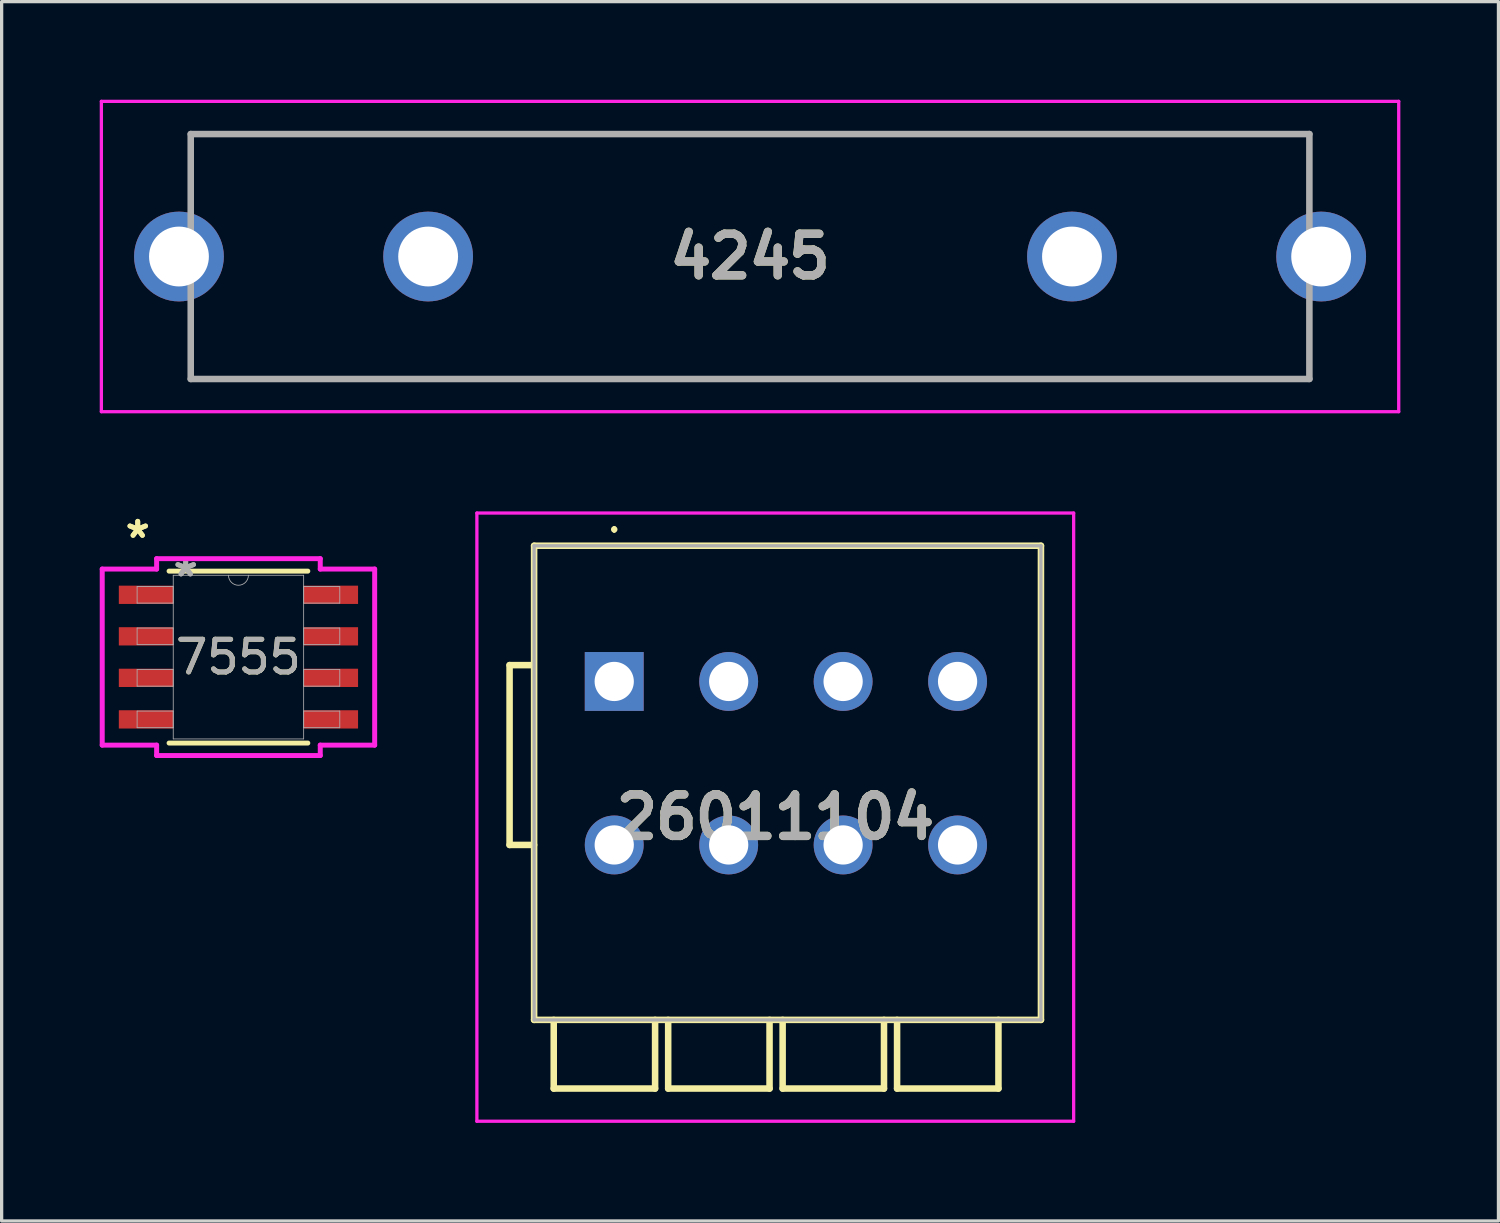
<source format=kicad_pcb>
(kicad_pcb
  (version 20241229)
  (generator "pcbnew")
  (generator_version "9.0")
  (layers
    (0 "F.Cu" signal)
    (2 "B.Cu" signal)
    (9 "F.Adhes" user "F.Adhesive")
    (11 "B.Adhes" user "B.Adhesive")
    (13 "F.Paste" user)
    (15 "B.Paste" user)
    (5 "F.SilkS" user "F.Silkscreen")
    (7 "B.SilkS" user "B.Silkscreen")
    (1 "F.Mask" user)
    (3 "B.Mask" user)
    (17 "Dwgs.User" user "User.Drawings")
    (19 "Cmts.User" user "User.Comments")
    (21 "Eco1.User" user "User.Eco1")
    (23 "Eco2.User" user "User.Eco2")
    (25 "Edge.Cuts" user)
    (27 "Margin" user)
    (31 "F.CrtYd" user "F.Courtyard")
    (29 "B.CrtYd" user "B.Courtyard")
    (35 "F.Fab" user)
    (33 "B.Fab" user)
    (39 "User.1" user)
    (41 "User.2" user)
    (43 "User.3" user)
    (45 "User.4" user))
  (footprint "4245"
    (layer "F.Cu")
    (at 19.888 4.795)
    (property "Reference" "4245" (at 0 0 0) (layer "F.SilkS") (effects (font (size 1.27 1.27) (thickness 0.254))))
    (attr through_hole)
    (fp_line (start -17.105 -3.745) (end 17.105 -3.745) (stroke (width 0.1) (type solid)) (layer "F.SilkS"))
    (fp_line (start -17.105 -2.54) (end -17.105 -3.745) (stroke (width 0.1) (type solid)) (layer "F.SilkS"))
    (fp_line (start -17.105 2.54) (end -17.105 3.745) (stroke (width 0.1) (type solid)) (layer "F.SilkS"))
    (fp_line (start -17.105 3.745) (end 17.105 3.745) (stroke (width 0.1) (type solid)) (layer "F.SilkS"))
    (fp_line (start 17.105 -3.745) (end 17.105 -2.54) (stroke (width 0.1) (type solid)) (layer "F.SilkS"))
    (fp_line (start 17.105 3.745) (end 17.105 2.54) (stroke (width 0.1) (type solid)) (layer "F.SilkS"))
    (fp_line (start -19.838 -4.745) (end 19.837 -4.745) (stroke (width 0.1) (type solid)) (layer "F.CrtYd"))
    (fp_line (start -19.838 4.745) (end -19.838 -4.745) (stroke (width 0.1) (type solid)) (layer "F.CrtYd"))
    (fp_line (start 19.837 -4.745) (end 19.837 4.745) (stroke (width 0.1) (type solid)) (layer "F.CrtYd"))
    (fp_line (start 19.837 4.745) (end -19.838 4.745) (stroke (width 0.1) (type solid)) (layer "F.CrtYd"))
    (fp_line (start -17.105 -3.745) (end 17.105 -3.745) (stroke (width 0.2) (type solid)) (layer "F.Fab"))
    (fp_line (start -17.105 3.745) (end -17.105 -3.745) (stroke (width 0.2) (type solid)) (layer "F.Fab"))
    (fp_line (start 17.105 -3.745) (end 17.105 3.745) (stroke (width 0.2) (type solid)) (layer "F.Fab"))
    (fp_line (start 17.105 3.745) (end -17.105 3.745) (stroke (width 0.2) (type solid)) (layer "F.Fab"))
    (fp_text user "${REFERENCE}" (at 0 0 0) (layer "F.Fab") (effects (font (size 1.27 1.27) (thickness 0.254))))
    (pad "1" thru_hole circle (at -17.465 0) (size 2.745 2.745) (drill 1.83) (layers "*.Cu" "*.Mask"))
    (pad "2" thru_hole circle (at -9.845 0) (size 2.745 2.745) (drill 1.83) (layers "*.Cu" "*.Mask"))
    (pad "3" thru_hole circle (at 9.845 0) (size 2.745 2.745) (drill 1.83) (layers "*.Cu" "*.Mask"))
    (pad "4" thru_hole circle (at 17.465 0) (size 2.745 2.745) (drill 1.83) (layers "*.Cu" "*.Mask")))
  (footprint "7555"
    (layer "F.Cu")
    (at 4.242 17.045)
    (property "Reference" "7555" (at 0 0 0) (unlocked yes) (layer "F.SilkS") (effects (font (size 1 1) (thickness 0.15))))
    (attr smd)
    (fp_line (start -2.121 2.629) (end 2.121 2.629) (stroke (width 0.152) (type solid)) (layer "F.SilkS"))
    (fp_line (start 2.121 -2.629) (end -2.121 -2.629) (stroke (width 0.152) (type solid)) (layer "F.SilkS"))
    (fp_line (start -4.166 -2.692) (end -2.502 -2.692) (stroke (width 0.152) (type solid)) (layer "F.CrtYd"))
    (fp_line (start -4.166 2.692) (end -4.166 -2.692) (stroke (width 0.152) (type solid)) (layer "F.CrtYd"))
    (fp_line (start -4.166 2.692) (end -2.502 2.692) (stroke (width 0.152) (type solid)) (layer "F.CrtYd"))
    (fp_line (start -2.502 -3.01) (end 2.502 -3.01) (stroke (width 0.152) (type solid)) (layer "F.CrtYd"))
    (fp_line (start -2.502 -2.692) (end -2.502 -3.01) (stroke (width 0.152) (type solid)) (layer "F.CrtYd"))
    (fp_line (start -2.502 3.01) (end -2.502 2.692) (stroke (width 0.152) (type solid)) (layer "F.CrtYd"))
    (fp_line (start 2.502 -3.01) (end 2.502 -2.692) (stroke (width 0.152) (type solid)) (layer "F.CrtYd"))
    (fp_line (start 2.502 2.692) (end 2.502 3.01) (stroke (width 0.152) (type solid)) (layer "F.CrtYd"))
    (fp_line (start 2.502 3.01) (end -2.502 3.01) (stroke (width 0.152) (type solid)) (layer "F.CrtYd"))
    (fp_line (start 4.166 -2.692) (end 2.502 -2.692) (stroke (width 0.152) (type solid)) (layer "F.CrtYd"))
    (fp_line (start 4.166 -2.692) (end 4.166 2.692) (stroke (width 0.152) (type solid)) (layer "F.CrtYd"))
    (fp_line (start 4.166 2.692) (end 2.502 2.692) (stroke (width 0.152) (type solid)) (layer "F.CrtYd"))
    (fp_line (start -3.099 -2.159) (end -3.099 -1.651) (stroke (width 0.025) (type solid)) (layer "F.Fab"))
    (fp_line (start -3.099 -1.651) (end -1.994 -1.651) (stroke (width 0.025) (type solid)) (layer "F.Fab"))
    (fp_line (start -3.099 -0.889) (end -3.099 -0.381) (stroke (width 0.025) (type solid)) (layer "F.Fab"))
    (fp_line (start -3.099 -0.381) (end -1.994 -0.381) (stroke (width 0.025) (type solid)) (layer "F.Fab"))
    (fp_line (start -3.099 0.381) (end -3.099 0.889) (stroke (width 0.025) (type solid)) (layer "F.Fab"))
    (fp_line (start -3.099 0.889) (end -1.994 0.889) (stroke (width 0.025) (type solid)) (layer "F.Fab"))
    (fp_line (start -3.099 1.651) (end -3.099 2.159) (stroke (width 0.025) (type solid)) (layer "F.Fab"))
    (fp_line (start -3.099 2.159) (end -1.994 2.159) (stroke (width 0.025) (type solid)) (layer "F.Fab"))
    (fp_line (start -1.994 -2.502) (end -1.994 2.502) (stroke (width 0.025) (type solid)) (layer "F.Fab"))
    (fp_line (start -1.994 -2.159) (end -3.099 -2.159) (stroke (width 0.025) (type solid)) (layer "F.Fab"))
    (fp_line (start -1.994 -1.651) (end -1.994 -2.159) (stroke (width 0.025) (type solid)) (layer "F.Fab"))
    (fp_line (start -1.994 -0.889) (end -3.099 -0.889) (stroke (width 0.025) (type solid)) (layer "F.Fab"))
    (fp_line (start -1.994 -0.381) (end -1.994 -0.889) (stroke (width 0.025) (type solid)) (layer "F.Fab"))
    (fp_line (start -1.994 0.381) (end -3.099 0.381) (stroke (width 0.025) (type solid)) (layer "F.Fab"))
    (fp_line (start -1.994 0.889) (end -1.994 0.381) (stroke (width 0.025) (type solid)) (layer "F.Fab"))
    (fp_line (start -1.994 1.651) (end -3.099 1.651) (stroke (width 0.025) (type solid)) (layer "F.Fab"))
    (fp_line (start -1.994 2.159) (end -1.994 1.651) (stroke (width 0.025) (type solid)) (layer "F.Fab"))
    (fp_line (start -1.994 2.502) (end 1.994 2.502) (stroke (width 0.025) (type solid)) (layer "F.Fab"))
    (fp_line (start 1.994 -2.502) (end -1.994 -2.502) (stroke (width 0.025) (type solid)) (layer "F.Fab"))
    (fp_line (start 1.994 -2.159) (end 1.994 -1.651) (stroke (width 0.025) (type solid)) (layer "F.Fab"))
    (fp_line (start 1.994 -1.651) (end 3.099 -1.651) (stroke (width 0.025) (type solid)) (layer "F.Fab"))
    (fp_line (start 1.994 -0.889) (end 1.994 -0.381) (stroke (width 0.025) (type solid)) (layer "F.Fab"))
    (fp_line (start 1.994 -0.381) (end 3.099 -0.381) (stroke (width 0.025) (type solid)) (layer "F.Fab"))
    (fp_line (start 1.994 0.381) (end 1.994 0.889) (stroke (width 0.025) (type solid)) (layer "F.Fab"))
    (fp_line (start 1.994 0.889) (end 3.099 0.889) (stroke (width 0.025) (type solid)) (layer "F.Fab"))
    (fp_line (start 1.994 1.651) (end 1.994 2.159) (stroke (width 0.025) (type solid)) (layer "F.Fab"))
    (fp_line (start 1.994 2.159) (end 3.099 2.159) (stroke (width 0.025) (type solid)) (layer "F.Fab"))
    (fp_line (start 1.994 2.502) (end 1.994 -2.502) (stroke (width 0.025) (type solid)) (layer "F.Fab"))
    (fp_line (start 3.099 -2.159) (end 1.994 -2.159) (stroke (width 0.025) (type solid)) (layer "F.Fab"))
    (fp_line (start 3.099 -1.651) (end 3.099 -2.159) (stroke (width 0.025) (type solid)) (layer "F.Fab"))
    (fp_line (start 3.099 -0.889) (end 1.994 -0.889) (stroke (width 0.025) (type solid)) (layer "F.Fab"))
    (fp_line (start 3.099 -0.381) (end 3.099 -0.889) (stroke (width 0.025) (type solid)) (layer "F.Fab"))
    (fp_line (start 3.099 0.381) (end 1.994 0.381) (stroke (width 0.025) (type solid)) (layer "F.Fab"))
    (fp_line (start 3.099 0.889) (end 3.099 0.381) (stroke (width 0.025) (type solid)) (layer "F.Fab"))
    (fp_line (start 3.099 1.651) (end 1.994 1.651) (stroke (width 0.025) (type solid)) (layer "F.Fab"))
    (fp_line (start 3.099 2.159) (end 3.099 1.651) (stroke (width 0.025) (type solid)) (layer "F.Fab"))
    (fp_arc (start 0.3048 -2.5019) (mid 0 -2.1971) (end -0.3048 -2.5019) (stroke (width 0.0254) (type solid)) (layer "F.Fab"))
    (fp_text user "*" (at -3.08 -3.607 0) (unlocked yes) (layer "F.SilkS") (effects (font (size 1 1) (thickness 0.15))))
    (fp_text user "*" (at -3.08 -3.607 0) (layer "F.SilkS") (effects (font (size 1 1) (thickness 0.15))))
    (fp_text user "*" (at -1.613 -2.426 0) (unlocked yes) (layer "F.Fab") (effects (font (size 1 1) (thickness 0.15))))
    (fp_text user "${REFERENCE}" (at 0 0 0) (unlocked yes) (layer "F.Fab") (effects (font (size 1 1) (thickness 0.15))))
    (fp_text user "*" (at -1.613 -2.426 0) (layer "F.Fab") (effects (font (size 1 1) (thickness 0.15))))
    (pad "1" smd rect (at -2.826 -1.905) (size 1.664 0.559) (layers "F.Cu" "F.Mask" "F.Paste"))
    (pad "2" smd rect (at -2.826 -0.635) (size 1.664 0.559) (layers "F.Cu" "F.Mask" "F.Paste"))
    (pad "3" smd rect (at -2.826 0.635) (size 1.664 0.559) (layers "F.Cu" "F.Mask" "F.Paste"))
    (pad "4" smd rect (at -2.826 1.905) (size 1.664 0.559) (layers "F.Cu" "F.Mask" "F.Paste"))
    (pad "5" smd rect (at 2.826 1.905) (size 1.664 0.559) (layers "F.Cu" "F.Mask" "F.Paste"))
    (pad "6" smd rect (at 2.826 0.635) (size 1.664 0.559) (layers "F.Cu" "F.Mask" "F.Paste"))
    (pad "7" smd rect (at 2.826 -0.635) (size 1.664 0.559) (layers "F.Cu" "F.Mask" "F.Paste"))
    (pad "8" smd rect (at 2.826 -1.905) (size 1.664 0.559) (layers "F.Cu" "F.Mask" "F.Paste")))
  (footprint "26011104"
    (layer "F.Cu")
    (at 15.734 17.79)
    (property "Reference" "26011104" (at 4.925 4.15 0) (layer "F.SilkS") (effects (font (size 1.27 1.27) (thickness 0.254))))
    (attr through_hole)
    (fp_line (start -3.2 -0.5) (end -2.54 -0.5) (stroke (width 0.2) (type solid)) (layer "F.SilkS"))
    (fp_line (start -3.2 5) (end -3.2 -0.5) (stroke (width 0.2) (type solid)) (layer "F.SilkS"))
    (fp_line (start -2.45 -4.15) (end 13.05 -4.15) (stroke (width 0.2) (type solid)) (layer "F.SilkS"))
    (fp_line (start -2.45 5) (end -3.2 5) (stroke (width 0.2) (type solid)) (layer "F.SilkS"))
    (fp_line (start -2.45 10.35) (end -2.45 -4.15) (stroke (width 0.2) (type solid)) (layer "F.SilkS"))
    (fp_line (start -1.85 10.35) (end -1.85 12.45) (stroke (width 0.2) (type solid)) (layer "F.SilkS"))
    (fp_line (start -1.85 12.45) (end 1.25 12.45) (stroke (width 0.2) (type solid)) (layer "F.SilkS"))
    (fp_line (start 0 -4.7) (end 0 -4.7) (stroke (width 0.1) (type solid)) (layer "F.SilkS"))
    (fp_line (start 0 -4.6) (end 0 -4.6) (stroke (width 0.1) (type solid)) (layer "F.SilkS"))
    (fp_line (start 1.25 12.45) (end 1.25 10.35) (stroke (width 0.2) (type solid)) (layer "F.SilkS"))
    (fp_line (start 1.65 10.35) (end 1.65 12.45) (stroke (width 0.2) (type solid)) (layer "F.SilkS"))
    (fp_line (start 1.65 12.45) (end 4.75 12.45) (stroke (width 0.2) (type solid)) (layer "F.SilkS"))
    (fp_line (start 4.75 12.45) (end 4.75 10.35) (stroke (width 0.2) (type solid)) (layer "F.SilkS"))
    (fp_line (start 5.15 10.35) (end 5.15 12.45) (stroke (width 0.2) (type solid)) (layer "F.SilkS"))
    (fp_line (start 5.15 12.45) (end 8.25 12.45) (stroke (width 0.2) (type solid)) (layer "F.SilkS"))
    (fp_line (start 8.25 12.45) (end 8.25 10.35) (stroke (width 0.2) (type solid)) (layer "F.SilkS"))
    (fp_line (start 8.65 10.35) (end 8.65 12.45) (stroke (width 0.2) (type solid)) (layer "F.SilkS"))
    (fp_line (start 8.65 12.45) (end 11.75 12.45) (stroke (width 0.2) (type solid)) (layer "F.SilkS"))
    (fp_line (start 11.75 12.45) (end 11.75 10.35) (stroke (width 0.2) (type solid)) (layer "F.SilkS"))
    (fp_line (start 13.05 -4.15) (end 13.05 10.35) (stroke (width 0.2) (type solid)) (layer "F.SilkS"))
    (fp_line (start 13.05 10.35) (end -2.45 10.35) (stroke (width 0.2) (type solid)) (layer "F.SilkS"))
    (fp_arc (start 0 -4.7) (mid 0.05 -4.65) (end 0 -4.6) (stroke (width 0.1) (type solid)) (layer "F.SilkS"))
    (fp_arc (start 0 -4.6) (mid -0.05 -4.65) (end 0 -4.7) (stroke (width 0.1) (type solid)) (layer "F.SilkS"))
    (fp_line (start -4.2 -5.15) (end 14.05 -5.15) (stroke (width 0.1) (type solid)) (layer "F.CrtYd"))
    (fp_line (start -4.2 13.45) (end -4.2 -5.15) (stroke (width 0.1) (type solid)) (layer "F.CrtYd"))
    (fp_line (start 14.05 -5.15) (end 14.05 13.45) (stroke (width 0.1) (type solid)) (layer "F.CrtYd"))
    (fp_line (start 14.05 13.45) (end -4.2 13.45) (stroke (width 0.1) (type solid)) (layer "F.CrtYd"))
    (fp_line (start -2.45 -4.15) (end 13.05 -4.15) (stroke (width 0.1) (type solid)) (layer "F.Fab"))
    (fp_line (start -2.45 10.35) (end -2.45 -4.15) (stroke (width 0.1) (type solid)) (layer "F.Fab"))
    (fp_line (start 13.05 -4.15) (end 13.05 10.35) (stroke (width 0.1) (type solid)) (layer "F.Fab"))
    (fp_line (start 13.05 10.35) (end -2.45 10.35) (stroke (width 0.1) (type solid)) (layer "F.Fab"))
    (fp_text user "${REFERENCE}" (at 4.925 4.15 0) (layer "F.Fab") (effects (font (size 1.27 1.27) (thickness 0.254))))
    (pad "1" thru_hole rect (at 0 0) (size 1.8 1.8) (drill 1.2) (layers "*.Cu" "*.Mask"))
    (pad "2" thru_hole circle (at 0 5) (size 1.8 1.8) (drill 1.2) (layers "*.Cu" "*.Mask"))
    (pad "3" thru_hole circle (at 3.5 0) (size 1.8 1.8) (drill 1.2) (layers "*.Cu" "*.Mask"))
    (pad "4" thru_hole circle (at 3.5 5) (size 1.8 1.8) (drill 1.2) (layers "*.Cu" "*.Mask"))
    (pad "5" thru_hole circle (at 7 0) (size 1.8 1.8) (drill 1.2) (layers "*.Cu" "*.Mask"))
    (pad "6" thru_hole circle (at 7 5) (size 1.8 1.8) (drill 1.2) (layers "*.Cu" "*.Mask"))
    (pad "7" thru_hole circle (at 10.5 0) (size 1.8 1.8) (drill 1.2) (layers "*.Cu" "*.Mask"))
    (pad "8" thru_hole circle (at 10.5 5) (size 1.8 1.8) (drill 1.2) (layers "*.Cu" "*.Mask")))
  (gr_rect
    (start -3 -3)
    (end 42.775 34.29)
    (stroke (width 0.1) (type default))
    (fill no)
    (layer "Edge.Cuts")))
</source>
